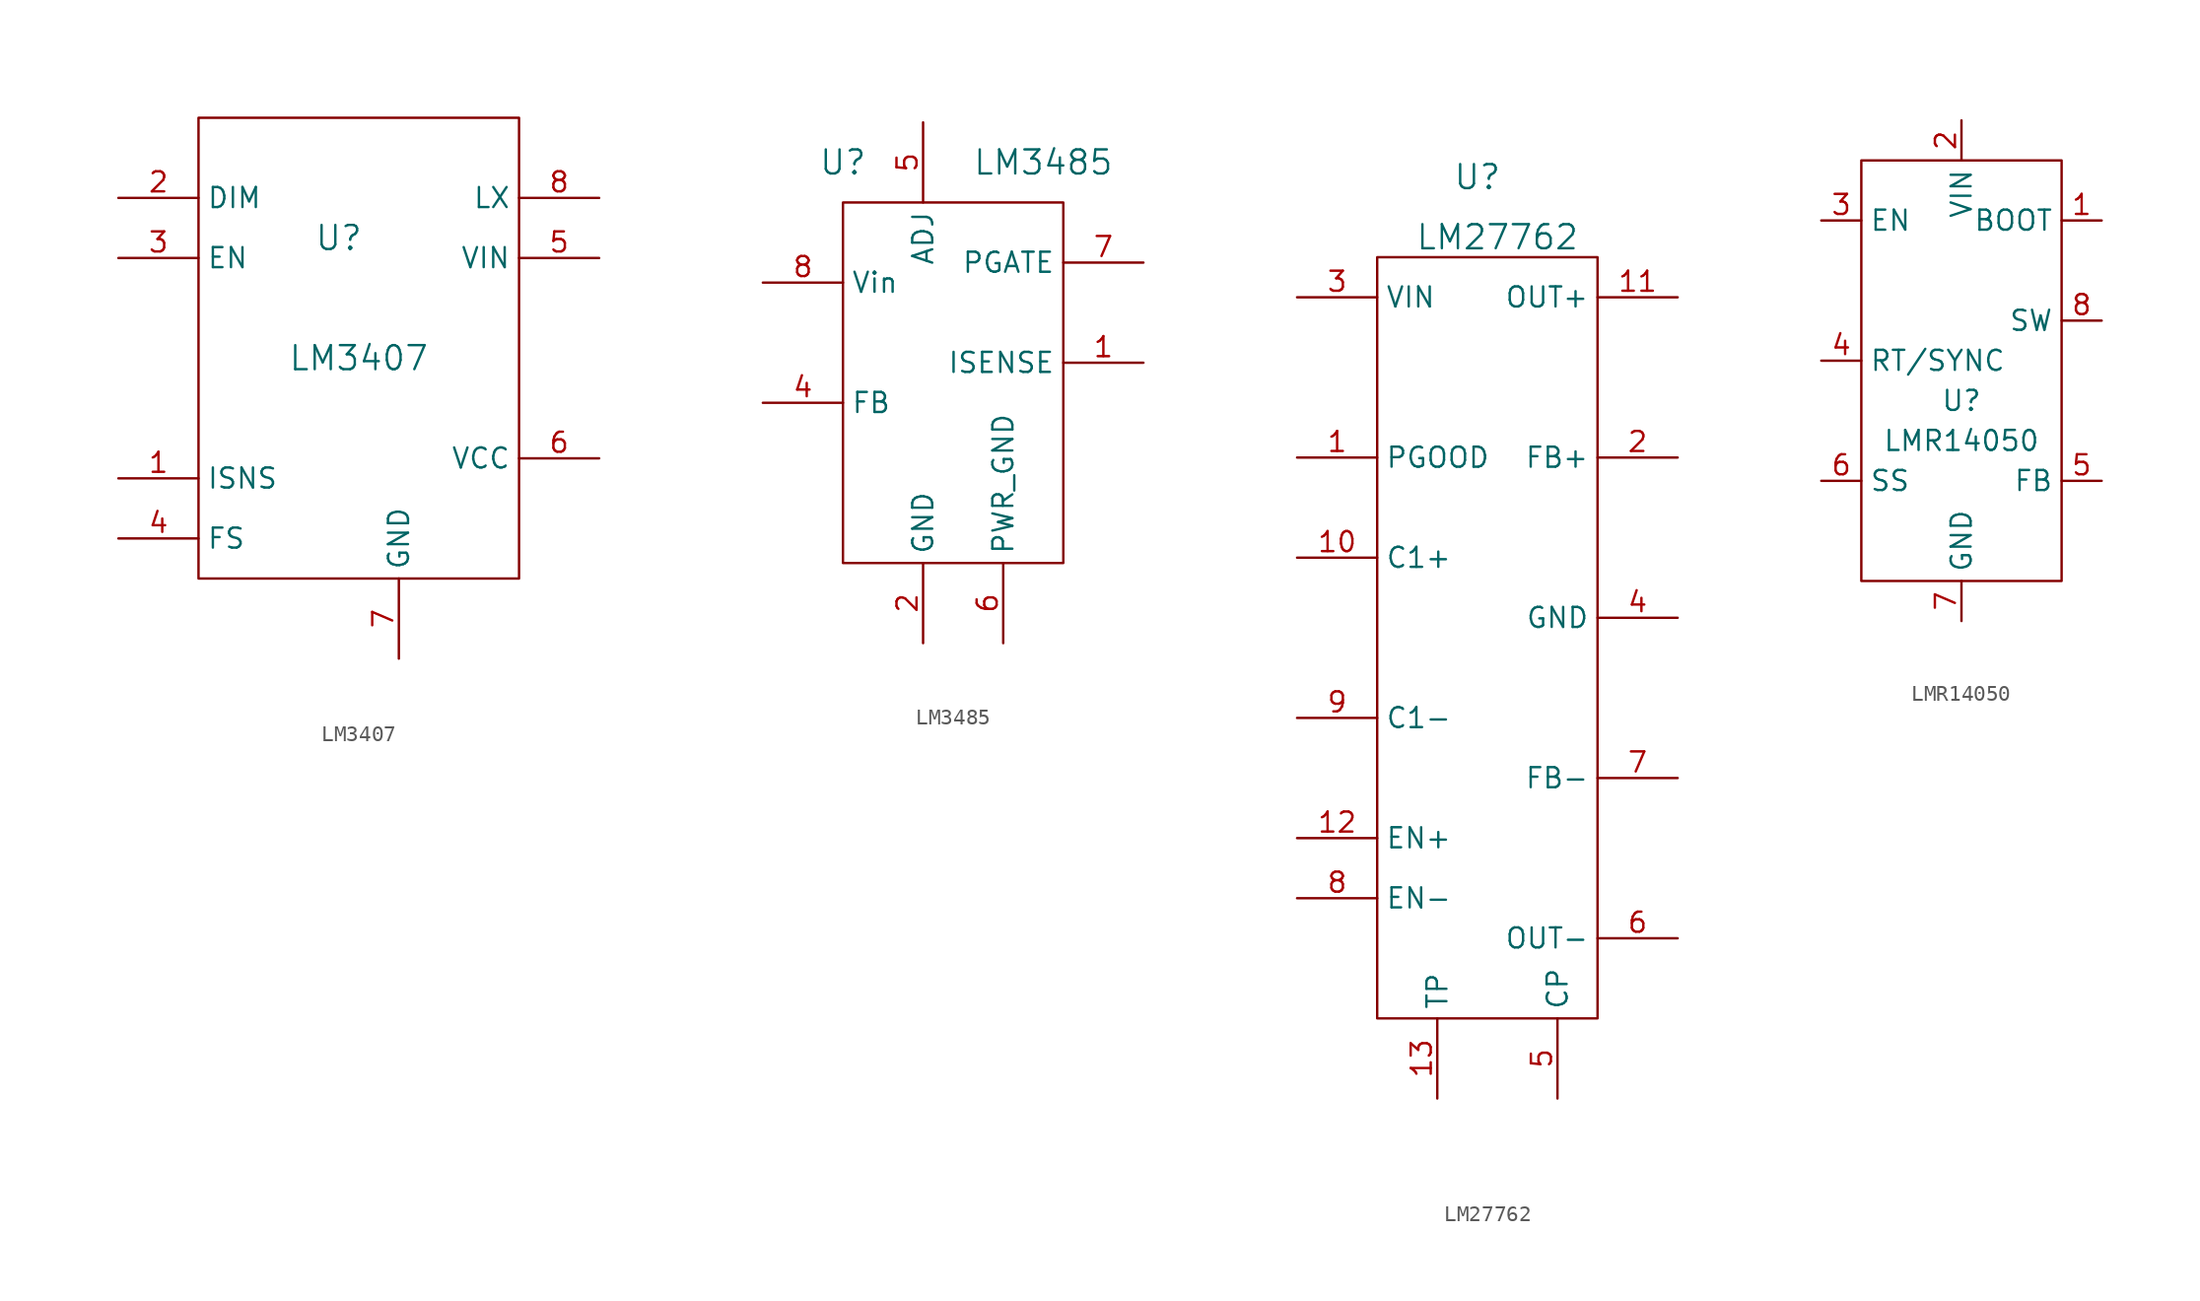
<source format=kicad_sym>
(kicad_symbol_lib
  (version 20220914)
  (generator kicad_symbol_editor)
  (symbol "LM3407"
    (property "Reference" "U"
      (at 0 10.16 0)
      (effects (font (size 1.524 1.524))))
    (property "Value" "LM3407"
      (at 1.27 2.54 0)
      (effects (font (size 1.524 1.524))))
    (property "Footprint" ""
      (at 5.08 -1.27 0)
      (effects (font (size 1.524 1.524))))
    (property "Datasheet" ""
      (at 5.08 -1.27 0)
      (effects (font (size 1.524 1.524))))
    (symbol "LM3407_0_1"
      (rectangle (start -8.89 17.78) (end 11.43 -11.43) (stroke (width 0) (type default)) (fill (type none))))
    (symbol "LM3407_1_1"
      (pin unspecified line (at -13.97 -5.08 0) (length 5.08) (name "ISNS" (effects (font (size 1.27 1.27)))) (number "1" (effects (font (size 1.27 1.27)))))
      (pin unspecified line (at -13.97 12.7 0) (length 5.08) (name "DIM" (effects (font (size 1.27 1.27)))) (number "2" (effects (font (size 1.27 1.27)))))
      (pin unspecified line (at -13.97 8.89 0) (length 5.08) (name "EN" (effects (font (size 1.27 1.27)))) (number "3" (effects (font (size 1.27 1.27)))))
      (pin unspecified line (at -13.97 -8.89 0) (length 5.08) (name "FS" (effects (font (size 1.27 1.27)))) (number "4" (effects (font (size 1.27 1.27)))))
      (pin unspecified line (at 16.51 8.89 180) (length 5.08) (name "VIN" (effects (font (size 1.27 1.27)))) (number "5" (effects (font (size 1.27 1.27)))))
      (pin unspecified line (at 16.51 -3.81 180) (length 5.08) (name "VCC" (effects (font (size 1.27 1.27)))) (number "6" (effects (font (size 1.27 1.27)))))
      (pin power_in line (at 3.81 -16.51 90) (length 5.08) (name "GND" (effects (font (size 1.27 1.27)))) (number "7" (effects (font (size 1.27 1.27)))))
      (pin unspecified line (at 16.51 12.7 180) (length 5.08) (name "LX" (effects (font (size 1.27 1.27)))) (number "8" (effects (font (size 1.27 1.27)))))
      (pin power_in line (at 3.81 -16.51 90) (length 5.08) hide (name "GND" (effects (font (size 1.27 1.27)))) (number "9" (effects (font (size 1.27 1.27)))))))
  (symbol "LM3485"
    (property "Reference" "U"
      (at -7.62 7.62 0)
      (effects (font (size 1.524 1.524))))
    (property "Value" "LM3485"
      (at 5.08 7.62 0)
      (effects (font (size 1.524 1.524))))
    (property "Footprint" ""
      (at 5.08 -1.27 0)
      (effects (font (size 1.524 1.524))))
    (property "Datasheet" ""
      (at 5.08 -1.27 0)
      (effects (font (size 1.524 1.524))))
    (symbol "LM3485_0_1"
      (rectangle (start -7.62 5.08) (end 6.35 -17.78) (stroke (width 0) (type default)) (fill (type none))))
    (symbol "LM3485_1_1"
      (pin bidirectional line (at 11.43 -5.08 180) (length 5.08) (name "ISENSE" (effects (font (size 1.27 1.27)))) (number "1" (effects (font (size 1.27 1.27)))))
      (pin bidirectional line (at -2.54 -22.86 90) (length 5.08) (name "GND" (effects (font (size 1.27 1.27)))) (number "2" (effects (font (size 1.27 1.27)))))
      (pin bidirectional line (at -5.08 -6.35 0) (length 5.08) hide (name "NC" (effects (font (size 1.27 1.27)))) (number "3" (effects (font (size 1.27 1.27)))))
      (pin bidirectional line (at -12.7 -7.62 0) (length 5.08) (name "FB" (effects (font (size 1.27 1.27)))) (number "4" (effects (font (size 1.27 1.27)))))
      (pin bidirectional line (at -2.54 10.16 270) (length 5.08) (name "ADJ" (effects (font (size 1.27 1.27)))) (number "5" (effects (font (size 1.27 1.27)))))
      (pin bidirectional line (at 2.54 -22.86 90) (length 5.08) (name "PWR_GND" (effects (font (size 1.27 1.27)))) (number "6" (effects (font (size 1.27 1.27)))))
      (pin bidirectional line (at 11.43 1.27 180) (length 5.08) (name "PGATE" (effects (font (size 1.27 1.27)))) (number "7" (effects (font (size 1.27 1.27)))))
      (pin bidirectional line (at -12.7 0 0) (length 5.08) (name "Vin" (effects (font (size 1.27 1.27)))) (number "8" (effects (font (size 1.27 1.27)))))))
  (symbol "LM27762"
    (property "Reference" "U"
      (at -1.27 33.02 0)
      (effects (font (size 1.524 1.524))))
    (property "Value" "LM27762"
      (at 0 29.21 0)
      (effects (font (size 1.524 1.524))))
    (symbol "LM27762_0_1"
      (rectangle (start -7.62 27.94) (end 6.35 -20.32) (stroke (width 0) (type default)) (fill (type none))))
    (symbol "LM27762_1_1"
      (pin passive line (at -12.7 15.24 0) (length 5.08) (name "PGOOD" (effects (font (size 1.27 1.27)))) (number "1" (effects (font (size 1.27 1.27)))))
      (pin passive line (at -12.7 8.89 0) (length 5.08) (name "C1+" (effects (font (size 1.27 1.27)))) (number "10" (effects (font (size 1.27 1.27)))))
      (pin passive line (at 11.43 25.4 180) (length 5.08) (name "OUT+" (effects (font (size 1.27 1.27)))) (number "11" (effects (font (size 1.27 1.27)))))
      (pin passive line (at -12.7 -8.89 0) (length 5.08) (name "EN+" (effects (font (size 1.27 1.27)))) (number "12" (effects (font (size 1.27 1.27)))))
      (pin passive line (at -3.81 -25.4 90) (length 5.08) (name "TP" (effects (font (size 1.27 1.27)))) (number "13" (effects (font (size 1.27 1.27)))))
      (pin passive line (at 11.43 15.24 180) (length 5.08) (name "FB+" (effects (font (size 1.27 1.27)))) (number "2" (effects (font (size 1.27 1.27)))))
      (pin passive line (at -12.7 25.4 0) (length 5.08) (name "VIN" (effects (font (size 1.27 1.27)))) (number "3" (effects (font (size 1.27 1.27)))))
      (pin passive line (at 11.43 5.08 180) (length 5.08) (name "GND" (effects (font (size 1.27 1.27)))) (number "4" (effects (font (size 1.27 1.27)))))
      (pin passive line (at 3.81 -25.4 90) (length 5.08) (name "CP" (effects (font (size 1.27 1.27)))) (number "5" (effects (font (size 1.27 1.27)))))
      (pin passive line (at 11.43 -15.24 180) (length 5.08) (name "OUT-" (effects (font (size 1.27 1.27)))) (number "6" (effects (font (size 1.27 1.27)))))
      (pin passive line (at 11.43 -5.08 180) (length 5.08) (name "FB-" (effects (font (size 1.27 1.27)))) (number "7" (effects (font (size 1.27 1.27)))))
      (pin passive line (at -12.7 -12.7 0) (length 5.08) (name "EN-" (effects (font (size 1.27 1.27)))) (number "8" (effects (font (size 1.27 1.27)))))
      (pin passive line (at -12.7 -1.27 0) (length 5.08) (name "C1-" (effects (font (size 1.27 1.27)))) (number "9" (effects (font (size 1.27 1.27)))))))
  (symbol "LMR14050"
    (property "Reference" "U"
      (at 0 0 0)
      (effects (font (size 1.27 1.27))))
    (property "Value" "LMR14050"
      (at 0 -2.54 0)
      (effects (font (size 1.27 1.27))))
    (symbol "LMR14050_0_1"
      (rectangle (start -6.35 15.24) (end 6.35 -11.43) (stroke (width 0.152) (type default)) (fill (type none))))
    (symbol "LMR14050_1_1"
      (pin unspecified line (at 8.89 11.43 180) (length 2.54) (name "BOOT" (effects (font (size 1.27 1.27)))) (number "1" (effects (font (size 1.27 1.27)))))
      (pin unspecified line (at 0 17.78 270) (length 2.54) (name "VIN" (effects (font (size 1.27 1.27)))) (number "2" (effects (font (size 1.27 1.27)))))
      (pin unspecified line (at -8.89 11.43 0) (length 2.54) (name "EN" (effects (font (size 1.27 1.27)))) (number "3" (effects (font (size 1.27 1.27)))))
      (pin unspecified line (at -8.89 2.54 0) (length 2.54) (name "RT/SYNC" (effects (font (size 1.27 1.27)))) (number "4" (effects (font (size 1.27 1.27)))))
      (pin unspecified line (at 8.89 -5.08 180) (length 2.54) (name "FB" (effects (font (size 1.27 1.27)))) (number "5" (effects (font (size 1.27 1.27)))))
      (pin unspecified line (at -8.89 -5.08 0) (length 2.54) (name "SS" (effects (font (size 1.27 1.27)))) (number "6" (effects (font (size 1.27 1.27)))))
      (pin unspecified line (at 0 -13.97 90) (length 2.54) (name "GND" (effects (font (size 1.27 1.27)))) (number "7" (effects (font (size 1.27 1.27)))))
      (pin unspecified line (at 8.89 5.08 180) (length 2.54) (name "SW" (effects (font (size 1.27 1.27)))) (number "8" (effects (font (size 1.27 1.27)))))
      (pin unspecified line (at 0 -13.97 90) (length 2.54) hide (name "GND" (effects (font (size 1.27 1.27)))) (number "9" (effects (font (size 1.27 1.27))))))))
</source>
